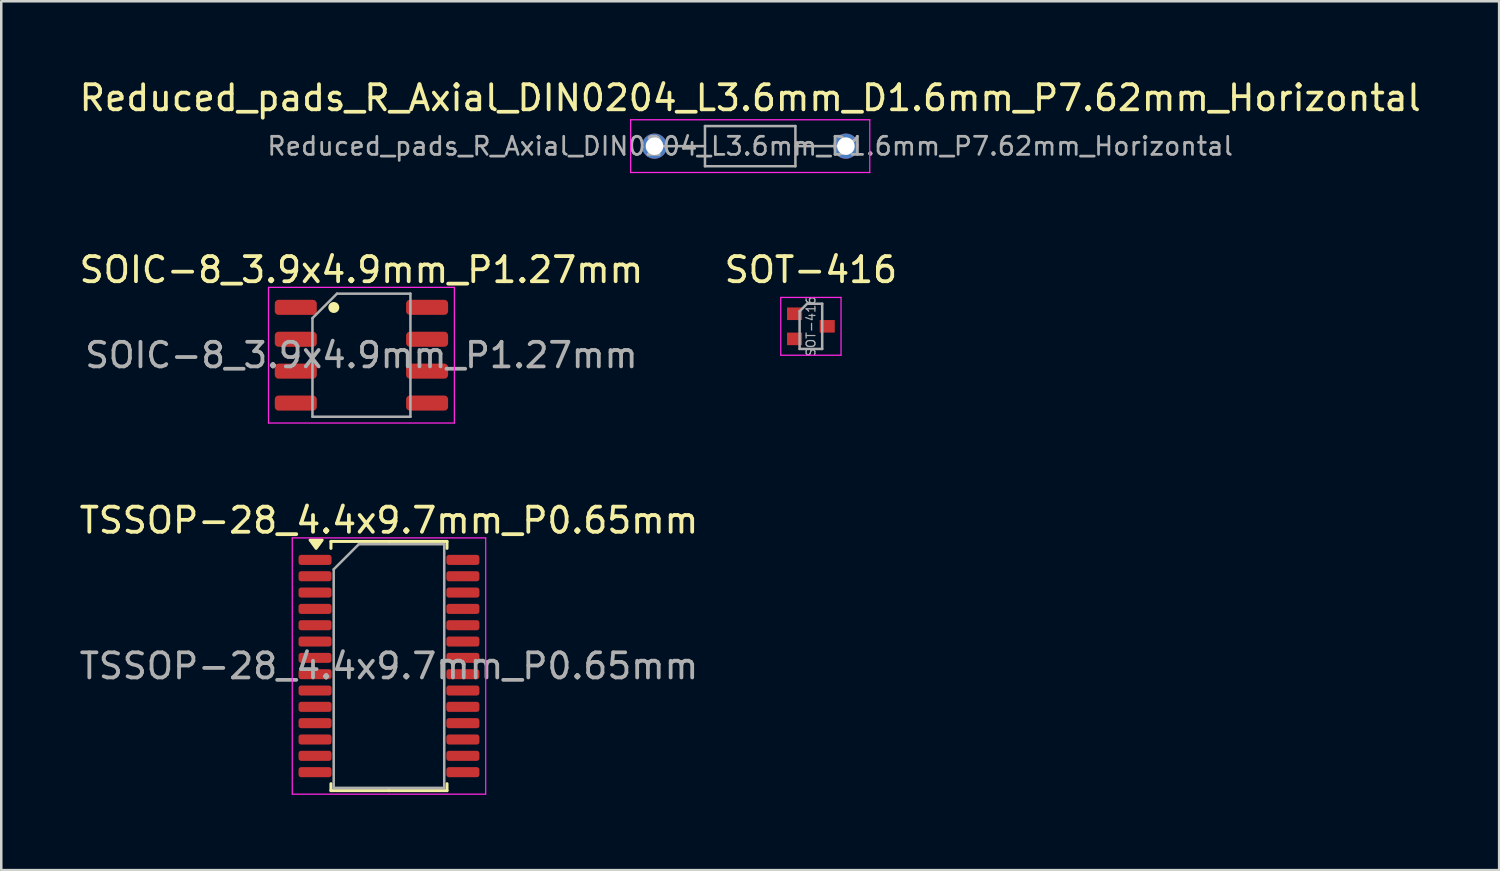
<source format=kicad_pcb>
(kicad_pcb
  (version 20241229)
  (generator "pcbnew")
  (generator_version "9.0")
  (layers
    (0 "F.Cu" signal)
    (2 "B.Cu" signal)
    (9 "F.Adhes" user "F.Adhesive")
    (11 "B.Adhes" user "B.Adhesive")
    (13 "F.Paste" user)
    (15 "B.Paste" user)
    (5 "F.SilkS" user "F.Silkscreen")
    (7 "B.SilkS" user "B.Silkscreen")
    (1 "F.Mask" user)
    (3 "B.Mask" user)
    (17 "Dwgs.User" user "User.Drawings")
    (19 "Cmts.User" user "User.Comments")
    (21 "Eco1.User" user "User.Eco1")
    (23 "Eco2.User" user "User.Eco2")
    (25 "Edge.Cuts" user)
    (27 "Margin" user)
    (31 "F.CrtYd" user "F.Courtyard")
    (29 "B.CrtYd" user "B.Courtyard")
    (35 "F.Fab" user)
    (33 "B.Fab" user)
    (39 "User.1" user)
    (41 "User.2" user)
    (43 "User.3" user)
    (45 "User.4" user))
  (footprint "SOT-416"
    (layer "F.Cu")
    (at 29.232 9.941)
    (property "Reference" "SOT-416" (at 0 -2.25 0) (layer "F.SilkS") (effects (font (size 1 1) (thickness 0.15))))
    (attr smd)
    (fp_line (start -1.2 -1.15) (end 1.2 -1.15) (stroke (width 0.05) (type solid)) (layer "F.CrtYd"))
    (fp_line (start -1.2 1.15) (end -1.2 -1.15) (stroke (width 0.05) (type solid)) (layer "F.CrtYd"))
    (fp_line (start 1.2 -1.15) (end 1.2 1.15) (stroke (width 0.05) (type solid)) (layer "F.CrtYd"))
    (fp_line (start 1.2 1.15) (end -1.2 1.15) (stroke (width 0.05) (type solid)) (layer "F.CrtYd"))
    (fp_line (start -0.45 -0.6) (end -0.45 0.9) (stroke (width 0.1) (type solid)) (layer "F.Fab"))
    (fp_line (start -0.45 0.9) (end 0.45 0.9) (stroke (width 0.1) (type solid)) (layer "F.Fab"))
    (fp_line (start -0.15 -0.9) (end -0.45 -0.6) (stroke (width 0.1) (type solid)) (layer "F.Fab"))
    (fp_line (start -0.15 -0.9) (end 0.45 -0.9) (stroke (width 0.1) (type solid)) (layer "F.Fab"))
    (fp_line (start 0.45 -0.9) (end 0.45 0.9) (stroke (width 0.1) (type solid)) (layer "F.Fab"))
    (fp_text user "${REFERENCE}" (at 0 0 90) (layer "F.Fab") (effects (font (size 0.35 0.35) (thickness 0.05))))
    (pad "1" smd rect (at -0.65 -0.5) (size 0.6 0.5) (layers "F.Cu" "F.Mask" "F.Paste"))
    (pad "2" smd rect (at -0.65 0.5) (size 0.6 0.5) (layers "F.Cu" "F.Mask" "F.Paste"))
    (pad "3" smd rect (at 0.65 0) (size 0.6 0.5) (layers "F.Cu" "F.Mask" "F.Paste")))
  (footprint "Reduced_pads_R_Axial_DIN0204_L3.6mm_D1.6mm_P7.62mm_Horizontal"
    (layer "F.Cu")
    (at 23.005 2.768)
    (property "Reference" "Reduced_pads_R_Axial_DIN0204_L3.6mm_D1.6mm_P7.62mm_Horizontal" (at 3.81 -1.92 0) (layer "F.SilkS") (effects (font (size 1 1) (thickness 0.15))))
    (attr through_hole)
    (fp_line (start -0.95 -1.05) (end -0.95 1.05) (stroke (width 0.05) (type solid)) (layer "F.CrtYd"))
    (fp_line (start -0.95 1.05) (end 8.57 1.05) (stroke (width 0.05) (type solid)) (layer "F.CrtYd"))
    (fp_line (start 8.57 -1.05) (end -0.95 -1.05) (stroke (width 0.05) (type solid)) (layer "F.CrtYd"))
    (fp_line (start 8.57 1.05) (end 8.57 -1.05) (stroke (width 0.05) (type solid)) (layer "F.CrtYd"))
    (fp_line (start 0 0) (end 2.01 0) (stroke (width 0.1) (type solid)) (layer "F.Fab"))
    (fp_line (start 2.01 -0.8) (end 2.01 0.8) (stroke (width 0.1) (type solid)) (layer "F.Fab"))
    (fp_line (start 2.01 0.8) (end 5.61 0.8) (stroke (width 0.1) (type solid)) (layer "F.Fab"))
    (fp_line (start 5.61 -0.8) (end 2.01 -0.8) (stroke (width 0.1) (type solid)) (layer "F.Fab"))
    (fp_line (start 5.61 0.8) (end 5.61 -0.8) (stroke (width 0.1) (type solid)) (layer "F.Fab"))
    (fp_line (start 7.62 0) (end 5.61 0) (stroke (width 0.1) (type solid)) (layer "F.Fab"))
    (fp_text user "${REFERENCE}" (at 3.81 0 0) (layer "F.Fab") (effects (font (size 0.72 0.72) (thickness 0.108))))
    (pad "1" thru_hole circle (at 0 0) (size 1 1) (drill 0.7) (layers "*.Cu" "*.Mask"))
    (pad "2" thru_hole circle (at 7.62 0) (size 1 1) (drill 0.7) (layers "*.Cu" "*.Mask")))
  (footprint "SOIC-8_3.9x4.9mm_P1.27mm"
    (layer "F.Cu")
    (at 11.339 11.091)
    (property "Reference" "SOIC-8_3.9x4.9mm_P1.27mm" (at 0 -3.4 0) (layer "F.SilkS") (effects (font (size 1 1) (thickness 0.15))))
    (attr smd)
    (fp_circle (center -1.1 -1.9) (end -0.942 -1.9) (stroke (width 0.12) (type solid)) (fill yes) (layer "F.SilkS"))
    (fp_line (start -3.7 -2.7) (end -3.7 2.7) (stroke (width 0.05) (type solid)) (layer "F.CrtYd"))
    (fp_line (start -3.7 2.7) (end 3.7 2.7) (stroke (width 0.05) (type solid)) (layer "F.CrtYd"))
    (fp_line (start 3.7 -2.7) (end -3.7 -2.7) (stroke (width 0.05) (type solid)) (layer "F.CrtYd"))
    (fp_line (start 3.7 2.7) (end 3.7 -2.7) (stroke (width 0.05) (type solid)) (layer "F.CrtYd"))
    (fp_line (start -1.95 -1.475) (end -0.975 -2.45) (stroke (width 0.1) (type solid)) (layer "F.Fab"))
    (fp_line (start -1.95 2.45) (end -1.95 -1.475) (stroke (width 0.1) (type solid)) (layer "F.Fab"))
    (fp_line (start -0.975 -2.45) (end 1.95 -2.45) (stroke (width 0.1) (type solid)) (layer "F.Fab"))
    (fp_line (start 1.95 -2.45) (end 1.95 2.45) (stroke (width 0.1) (type solid)) (layer "F.Fab"))
    (fp_line (start 1.95 2.45) (end -1.95 2.45) (stroke (width 0.1) (type solid)) (layer "F.Fab"))
    (fp_text user "${REFERENCE}" (at 0 0 0) (layer "F.Fab") (effects (font (size 0.98 0.98) (thickness 0.15))))
    (pad "1" smd roundrect (at -2.614 -1.905) (size 1.672 0.6) (layers "F.Cu" "F.Mask" "F.Paste") (roundrect_rratio 0.25))
    (pad "2" smd roundrect (at -2.614 -0.635) (size 1.672 0.6) (layers "F.Cu" "F.Mask" "F.Paste") (roundrect_rratio 0.25))
    (pad "3" smd roundrect (at -2.614 0.635) (size 1.672 0.6) (layers "F.Cu" "F.Mask" "F.Paste") (roundrect_rratio 0.25))
    (pad "4" smd roundrect (at -2.614 1.905) (size 1.672 0.6) (layers "F.Cu" "F.Mask" "F.Paste") (roundrect_rratio 0.25))
    (pad "5" smd roundrect (at 2.614 1.905) (size 1.672 0.6) (layers "F.Cu" "F.Mask" "F.Paste") (roundrect_rratio 0.25))
    (pad "6" smd roundrect (at 2.614 0.635) (size 1.672 0.6) (layers "F.Cu" "F.Mask" "F.Paste") (roundrect_rratio 0.25))
    (pad "7" smd roundrect (at 2.614 -0.635) (size 1.672 0.6) (layers "F.Cu" "F.Mask" "F.Paste") (roundrect_rratio 0.25))
    (pad "8" smd roundrect (at 2.614 -1.905) (size 1.672 0.6) (layers "F.Cu" "F.Mask" "F.Paste") (roundrect_rratio 0.25)))
  (footprint "TSSOP-28_4.4x9.7mm_P0.65mm"
    (layer "F.Cu")
    (at 12.435 23.465)
    (property "Reference" "TSSOP-28_4.4x9.7mm_P0.65mm" (at 0 -5.8 0) (layer "F.SilkS") (effects (font (size 1 1) (thickness 0.15))))
    (attr smd)
    (fp_line (start -2.31 -4.96) (end -2.31 -4.685) (stroke (width 0.12) (type solid)) (layer "F.SilkS"))
    (fp_line (start -2.31 4.96) (end -2.31 4.685) (stroke (width 0.12) (type solid)) (layer "F.SilkS"))
    (fp_line (start 0 -4.96) (end -2.31 -4.96) (stroke (width 0.12) (type solid)) (layer "F.SilkS"))
    (fp_line (start 0 -4.96) (end 2.31 -4.96) (stroke (width 0.12) (type solid)) (layer "F.SilkS"))
    (fp_line (start 0 4.96) (end -2.31 4.96) (stroke (width 0.12) (type solid)) (layer "F.SilkS"))
    (fp_line (start 0 4.96) (end 2.31 4.96) (stroke (width 0.12) (type solid)) (layer "F.SilkS"))
    (fp_line (start 2.31 -4.96) (end 2.31 -4.685) (stroke (width 0.12) (type solid)) (layer "F.SilkS"))
    (fp_line (start 2.31 4.96) (end 2.31 4.685) (stroke (width 0.12) (type solid)) (layer "F.SilkS"))
    (fp_poly (pts (xy -2.9 -4.685) (xy -3.14 -5.015) (xy -2.66 -5.015) (xy -2.9 -4.685)) (stroke (width 0.12) (type solid)) (fill yes) (layer "F.SilkS"))
    (fp_line (start -3.85 -5.1) (end -3.85 5.1) (stroke (width 0.05) (type solid)) (layer "F.CrtYd"))
    (fp_line (start -3.85 5.1) (end 3.85 5.1) (stroke (width 0.05) (type solid)) (layer "F.CrtYd"))
    (fp_line (start 3.85 -5.1) (end -3.85 -5.1) (stroke (width 0.05) (type solid)) (layer "F.CrtYd"))
    (fp_line (start 3.85 5.1) (end 3.85 -5.1) (stroke (width 0.05) (type solid)) (layer "F.CrtYd"))
    (fp_line (start -2.2 -3.85) (end -1.2 -4.85) (stroke (width 0.1) (type solid)) (layer "F.Fab"))
    (fp_line (start -2.2 4.85) (end -2.2 -3.85) (stroke (width 0.1) (type solid)) (layer "F.Fab"))
    (fp_line (start -1.2 -4.85) (end 2.2 -4.85) (stroke (width 0.1) (type solid)) (layer "F.Fab"))
    (fp_line (start 2.2 -4.85) (end 2.2 4.85) (stroke (width 0.1) (type solid)) (layer "F.Fab"))
    (fp_line (start 2.2 4.85) (end -2.2 4.85) (stroke (width 0.1) (type solid)) (layer "F.Fab"))
    (fp_text user "${REFERENCE}" (at 0 0 0) (layer "F.Fab") (effects (font (size 1 1) (thickness 0.15))))
    (pad "1" smd roundrect (at -2.943 -4.225) (size 1.314 0.4) (layers "F.Cu" "F.Mask" "F.Paste") (roundrect_rratio 0.25))
    (pad "2" smd roundrect (at -2.943 -3.575) (size 1.314 0.4) (layers "F.Cu" "F.Mask" "F.Paste") (roundrect_rratio 0.25))
    (pad "3" smd roundrect (at -2.943 -2.925) (size 1.314 0.4) (layers "F.Cu" "F.Mask" "F.Paste") (roundrect_rratio 0.25))
    (pad "4" smd roundrect (at -2.943 -2.275) (size 1.314 0.4) (layers "F.Cu" "F.Mask" "F.Paste") (roundrect_rratio 0.25))
    (pad "5" smd roundrect (at -2.943 -1.625) (size 1.314 0.4) (layers "F.Cu" "F.Mask" "F.Paste") (roundrect_rratio 0.25))
    (pad "6" smd roundrect (at -2.943 -0.975) (size 1.314 0.4) (layers "F.Cu" "F.Mask" "F.Paste") (roundrect_rratio 0.25))
    (pad "7" smd roundrect (at -2.943 -0.326) (size 1.314 0.398) (layers "F.Cu" "F.Mask" "F.Paste") (roundrect_rratio 0.25))
    (pad "8" smd roundrect (at -2.943 0.325) (size 1.314 0.4) (layers "F.Cu" "F.Mask" "F.Paste") (roundrect_rratio 0.25))
    (pad "9" smd roundrect (at -2.943 0.975) (size 1.314 0.4) (layers "F.Cu" "F.Mask" "F.Paste") (roundrect_rratio 0.25))
    (pad "10" smd roundrect (at -2.943 1.625) (size 1.314 0.4) (layers "F.Cu" "F.Mask" "F.Paste") (roundrect_rratio 0.25))
    (pad "11" smd roundrect (at -2.943 2.275) (size 1.314 0.4) (layers "F.Cu" "F.Mask" "F.Paste") (roundrect_rratio 0.25))
    (pad "12" smd roundrect (at -2.943 2.925) (size 1.314 0.4) (layers "F.Cu" "F.Mask" "F.Paste") (roundrect_rratio 0.25))
    (pad "13" smd roundrect (at -2.943 3.575) (size 1.314 0.4) (layers "F.Cu" "F.Mask" "F.Paste") (roundrect_rratio 0.25))
    (pad "14" smd roundrect (at -2.943 4.225) (size 1.314 0.4) (layers "F.Cu" "F.Mask" "F.Paste") (roundrect_rratio 0.25))
    (pad "15" smd roundrect (at 2.943 4.225) (size 1.314 0.4) (layers "F.Cu" "F.Mask" "F.Paste") (roundrect_rratio 0.25))
    (pad "16" smd roundrect (at 2.943 3.575) (size 1.314 0.4) (layers "F.Cu" "F.Mask" "F.Paste") (roundrect_rratio 0.25))
    (pad "17" smd roundrect (at 2.943 2.925) (size 1.314 0.4) (layers "F.Cu" "F.Mask" "F.Paste") (roundrect_rratio 0.25))
    (pad "18" smd roundrect (at 2.943 2.275) (size 1.314 0.4) (layers "F.Cu" "F.Mask" "F.Paste") (roundrect_rratio 0.25))
    (pad "19" smd roundrect (at 2.943 1.625) (size 1.314 0.4) (layers "F.Cu" "F.Mask" "F.Paste") (roundrect_rratio 0.25))
    (pad "20" smd roundrect (at 2.943 0.975) (size 1.314 0.4) (layers "F.Cu" "F.Mask" "F.Paste") (roundrect_rratio 0.25))
    (pad "21" smd roundrect (at 2.943 0.325) (size 1.314 0.4) (layers "F.Cu" "F.Mask" "F.Paste") (roundrect_rratio 0.25))
    (pad "22" smd roundrect (at 2.943 -0.326) (size 1.314 0.398) (layers "F.Cu" "F.Mask" "F.Paste") (roundrect_rratio 0.25))
    (pad "23" smd roundrect (at 2.943 -0.975) (size 1.314 0.4) (layers "F.Cu" "F.Mask" "F.Paste") (roundrect_rratio 0.25))
    (pad "24" smd roundrect (at 2.943 -1.625) (size 1.314 0.4) (layers "F.Cu" "F.Mask" "F.Paste") (roundrect_rratio 0.25))
    (pad "25" smd roundrect (at 2.943 -2.275) (size 1.314 0.4) (layers "F.Cu" "F.Mask" "F.Paste") (roundrect_rratio 0.25))
    (pad "26" smd roundrect (at 2.943 -2.925) (size 1.314 0.4) (layers "F.Cu" "F.Mask" "F.Paste") (roundrect_rratio 0.25))
    (pad "27" smd roundrect (at 2.943 -3.575) (size 1.314 0.4) (layers "F.Cu" "F.Mask" "F.Paste") (roundrect_rratio 0.25))
    (pad "28" smd roundrect (at 2.943 -4.225) (size 1.314 0.4) (layers "F.Cu" "F.Mask" "F.Paste") (roundrect_rratio 0.25)))
  (gr_rect
    (start -3 -3)
    (end 56.631 31.59)
    (stroke (width 0.1) (type default))
    (fill no)
    (layer "Edge.Cuts")))
</source>
